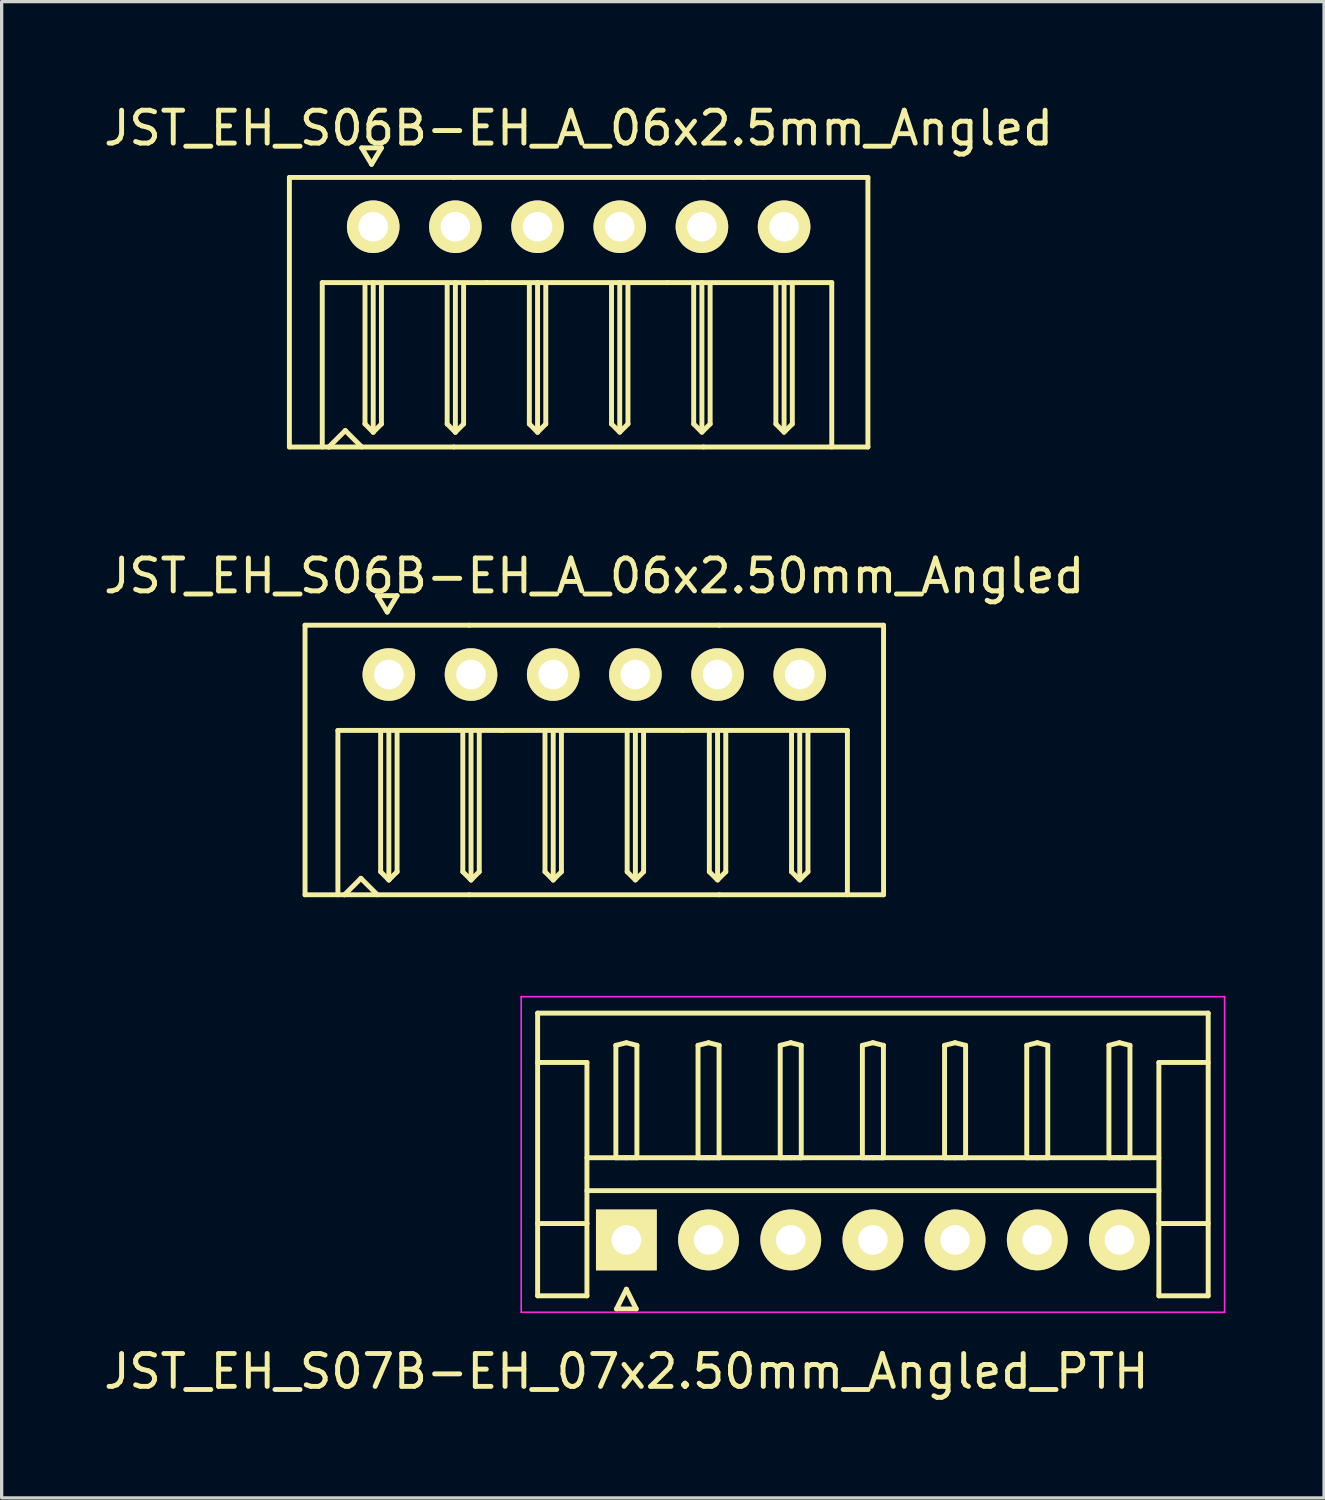
<source format=kicad_pcb>
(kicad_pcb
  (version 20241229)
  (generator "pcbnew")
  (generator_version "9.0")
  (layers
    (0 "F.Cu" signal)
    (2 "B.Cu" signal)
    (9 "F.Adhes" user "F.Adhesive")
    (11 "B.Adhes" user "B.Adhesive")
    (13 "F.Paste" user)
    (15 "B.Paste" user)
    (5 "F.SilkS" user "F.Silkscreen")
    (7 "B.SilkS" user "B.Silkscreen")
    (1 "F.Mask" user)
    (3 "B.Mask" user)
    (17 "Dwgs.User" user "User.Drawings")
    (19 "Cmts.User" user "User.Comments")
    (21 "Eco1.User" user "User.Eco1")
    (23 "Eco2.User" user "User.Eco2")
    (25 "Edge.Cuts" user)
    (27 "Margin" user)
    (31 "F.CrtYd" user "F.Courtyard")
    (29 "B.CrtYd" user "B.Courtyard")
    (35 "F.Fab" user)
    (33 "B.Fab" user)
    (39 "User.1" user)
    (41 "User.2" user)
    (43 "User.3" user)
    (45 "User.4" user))
  (footprint "JST_EH_S06B-EH_A_06x2.50mm_Angled"
    (layer "F.Cu")
    (at 15.03 17.471)
    (property "Reference" "JST_EH_S06B-EH_A_06x2.50mm_Angled" (at 0 -3 0) (layer "F.SilkS") (effects (font (size 1 1) (thickness 0.15))))
    (attr through_hole)
    (fp_line (start -8.8 -1.5) (end -8.8 6.7) (stroke (width 0.15) (type solid)) (layer "F.SilkS"))
    (fp_line (start -8.8 -1.5) (end -3.8 -1.5) (stroke (width 0.15) (type solid)) (layer "F.SilkS"))
    (fp_line (start -8.8 6.7) (end -7.6 6.7) (stroke (width 0.15) (type solid)) (layer "F.SilkS"))
    (fp_line (start -7.8 1.7) (end -7.8 6.7) (stroke (width 0.15) (type solid)) (layer "F.SilkS"))
    (fp_line (start -7.6 6.7) (end -3.8 6.7) (stroke (width 0.15) (type solid)) (layer "F.SilkS"))
    (fp_line (start -7.1 6.2) (end -7.6 6.7) (stroke (width 0.15) (type solid)) (layer "F.SilkS"))
    (fp_line (start -7.1 6.2) (end -6.6 6.7) (stroke (width 0.15) (type solid)) (layer "F.SilkS"))
    (fp_line (start -6.6 -2.4) (end -6.3 -1.9) (stroke (width 0.15) (type solid)) (layer "F.SilkS"))
    (fp_line (start -6.5 6) (end -6.5 1.75) (stroke (width 0.15) (type solid)) (layer "F.SilkS"))
    (fp_line (start -6.3 -1.9) (end -6 -2.4) (stroke (width 0.15) (type solid)) (layer "F.SilkS"))
    (fp_line (start -6.25 6.25) (end -6.5 6) (stroke (width 0.15) (type solid)) (layer "F.SilkS"))
    (fp_line (start -6.25 6.25) (end -6.25 1.7) (stroke (width 0.15) (type solid)) (layer "F.SilkS"))
    (fp_line (start -6 -2.4) (end -6.6 -2.4) (stroke (width 0.15) (type solid)) (layer "F.SilkS"))
    (fp_line (start -6 1.75) (end -6 6) (stroke (width 0.15) (type solid)) (layer "F.SilkS"))
    (fp_line (start -6 6) (end -6.25 6.25) (stroke (width 0.15) (type solid)) (layer "F.SilkS"))
    (fp_line (start -4 6) (end -4 1.75) (stroke (width 0.15) (type solid)) (layer "F.SilkS"))
    (fp_line (start -3.8 -1.5) (end 3.8 -1.5) (stroke (width 0.15) (type solid)) (layer "F.SilkS"))
    (fp_line (start -3.75 6.25) (end -4 6) (stroke (width 0.15) (type solid)) (layer "F.SilkS"))
    (fp_line (start -3.75 6.25) (end -3.75 1.7) (stroke (width 0.15) (type solid)) (layer "F.SilkS"))
    (fp_line (start -3.5 1.75) (end -3.5 6) (stroke (width 0.15) (type solid)) (layer "F.SilkS"))
    (fp_line (start -3.5 6) (end -3.75 6.25) (stroke (width 0.15) (type solid)) (layer "F.SilkS"))
    (fp_line (start -2.8 1.7) (end -7.8 1.7) (stroke (width 0.15) (type solid)) (layer "F.SilkS"))
    (fp_line (start -1.5 6) (end -1.5 1.75) (stroke (width 0.15) (type solid)) (layer "F.SilkS"))
    (fp_line (start -1.25 6.25) (end -1.5 6) (stroke (width 0.15) (type solid)) (layer "F.SilkS"))
    (fp_line (start -1.25 6.25) (end -1.25 1.7) (stroke (width 0.15) (type solid)) (layer "F.SilkS"))
    (fp_line (start -1 1.75) (end -1 6) (stroke (width 0.15) (type solid)) (layer "F.SilkS"))
    (fp_line (start -1 6) (end -1.25 6.25) (stroke (width 0.15) (type solid)) (layer "F.SilkS"))
    (fp_line (start 1 1.75) (end 1 6) (stroke (width 0.15) (type solid)) (layer "F.SilkS"))
    (fp_line (start 1 6) (end 1.25 6.25) (stroke (width 0.15) (type solid)) (layer "F.SilkS"))
    (fp_line (start 1.25 6.2) (end 1.25 1.7) (stroke (width 0.15) (type solid)) (layer "F.SilkS"))
    (fp_line (start 1.25 6.25) (end 1.5 6) (stroke (width 0.15) (type solid)) (layer "F.SilkS"))
    (fp_line (start 1.5 6) (end 1.5 1.75) (stroke (width 0.15) (type solid)) (layer "F.SilkS"))
    (fp_line (start 2.7 1.7) (end -2.8 1.7) (stroke (width 0.15) (type solid)) (layer "F.SilkS"))
    (fp_line (start 3.5 1.75) (end 3.5 6) (stroke (width 0.15) (type solid)) (layer "F.SilkS"))
    (fp_line (start 3.5 6) (end 3.75 6.25) (stroke (width 0.15) (type solid)) (layer "F.SilkS"))
    (fp_line (start 3.75 6.2) (end 3.75 1.7) (stroke (width 0.15) (type solid)) (layer "F.SilkS"))
    (fp_line (start 3.75 6.25) (end 4 6) (stroke (width 0.15) (type solid)) (layer "F.SilkS"))
    (fp_line (start 3.8 6.7) (end -3.8 6.7) (stroke (width 0.15) (type solid)) (layer "F.SilkS"))
    (fp_line (start 3.8 6.7) (end 8.8 6.7) (stroke (width 0.15) (type solid)) (layer "F.SilkS"))
    (fp_line (start 4 6) (end 4 1.75) (stroke (width 0.15) (type solid)) (layer "F.SilkS"))
    (fp_line (start 6 1.75) (end 6 6) (stroke (width 0.15) (type solid)) (layer "F.SilkS"))
    (fp_line (start 6 6) (end 6.25 6.25) (stroke (width 0.15) (type solid)) (layer "F.SilkS"))
    (fp_line (start 6.25 6.2) (end 6.25 1.7) (stroke (width 0.15) (type solid)) (layer "F.SilkS"))
    (fp_line (start 6.25 6.25) (end 6.5 6) (stroke (width 0.15) (type solid)) (layer "F.SilkS"))
    (fp_line (start 6.5 6) (end 6.5 1.75) (stroke (width 0.15) (type solid)) (layer "F.SilkS"))
    (fp_line (start 7.7 1.7) (end 2.7 1.7) (stroke (width 0.15) (type solid)) (layer "F.SilkS"))
    (fp_line (start 7.7 1.7) (end 7.7 6.7) (stroke (width 0.15) (type solid)) (layer "F.SilkS"))
    (fp_line (start 8.8 -1.5) (end 3.8 -1.5) (stroke (width 0.15) (type solid)) (layer "F.SilkS"))
    (fp_line (start 8.8 -1.5) (end 8.8 6.7) (stroke (width 0.15) (type solid)) (layer "F.SilkS"))
    (pad "1" thru_hole circle (at -6.25 0) (size 1.6 1.6) (drill 0.9) (layers "*.Cu" "*.Mask" "F.SilkS"))
    (pad "2" thru_hole circle (at -3.75 0) (size 1.6 1.6) (drill 0.9) (layers "*.Cu" "*.Mask" "F.SilkS"))
    (pad "3" thru_hole circle (at -1.25 0) (size 1.6 1.6) (drill 0.9) (layers "*.Cu" "*.Mask" "F.SilkS"))
    (pad "4" thru_hole circle (at 1.25 0) (size 1.6 1.6) (drill 0.9) (layers "*.Cu" "*.Mask" "F.SilkS"))
    (pad "5" thru_hole circle (at 3.75 0) (size 1.6 1.6) (drill 0.9) (layers "*.Cu" "*.Mask" "F.SilkS"))
    (pad "6" thru_hole circle (at 6.25 0) (size 1.6 1.6) (drill 0.9) (layers "*.Cu" "*.Mask" "F.SilkS")))
  (footprint "JST_EH_S07B-EH_07x2.50mm_Angled_PTH"
    (layer "F.Cu")
    (at 16.006 34.672)
    (property "Reference" "JST_EH_S07B-EH_07x2.50mm_Angled_PTH" (at 0 4 0) (layer "F.SilkS") (effects (font (size 1 1) (thickness 0.15))))
    (attr through_hole)
    (fp_line (start -2.7 -6.9) (end 17.7 -6.9) (stroke (width 0.15) (type solid)) (layer "F.SilkS"))
    (fp_line (start -2.7 -5.4) (end -1.2 -5.4) (stroke (width 0.15) (type solid)) (layer "F.SilkS"))
    (fp_line (start -2.7 1.7) (end -2.7 -6.9) (stroke (width 0.15) (type solid)) (layer "F.SilkS"))
    (fp_line (start -1.2 -5.4) (end -1.2 -0.5) (stroke (width 0.15) (type solid)) (layer "F.SilkS"))
    (fp_line (start -1.2 -2.5) (end 16.2 -2.5) (stroke (width 0.15) (type solid)) (layer "F.SilkS"))
    (fp_line (start -1.2 -1.5) (end 16.2 -1.5) (stroke (width 0.15) (type solid)) (layer "F.SilkS"))
    (fp_line (start -1.2 -0.5) (end -2.7 -0.5) (stroke (width 0.15) (type solid)) (layer "F.SilkS"))
    (fp_line (start -1.2 -0.5) (end -1.2 1.7) (stroke (width 0.15) (type solid)) (layer "F.SilkS"))
    (fp_line (start -1.2 1.7) (end -2.7 1.7) (stroke (width 0.15) (type solid)) (layer "F.SilkS"))
    (fp_line (start -0.32 -5.92) (end 0 -6) (stroke (width 0.15) (type solid)) (layer "F.SilkS"))
    (fp_line (start -0.32 -2.5) (end -0.32 -5.92) (stroke (width 0.15) (type solid)) (layer "F.SilkS"))
    (fp_line (start -0.3 2.1) (end 0.3 2.1) (stroke (width 0.15) (type solid)) (layer "F.SilkS"))
    (fp_line (start 0 -6) (end 0.32 -5.92) (stroke (width 0.15) (type solid)) (layer "F.SilkS"))
    (fp_line (start 0 -2.5) (end -0.32 -2.5) (stroke (width 0.15) (type solid)) (layer "F.SilkS"))
    (fp_line (start 0 1.5) (end -0.3 2.1) (stroke (width 0.15) (type solid)) (layer "F.SilkS"))
    (fp_line (start 0.3 2.1) (end 0 1.5) (stroke (width 0.15) (type solid)) (layer "F.SilkS"))
    (fp_line (start 0.32 -5.92) (end 0.32 -2.5) (stroke (width 0.15) (type solid)) (layer "F.SilkS"))
    (fp_line (start 0.32 -2.5) (end 0 -2.5) (stroke (width 0.15) (type solid)) (layer "F.SilkS"))
    (fp_line (start 2.18 -5.92) (end 2.5 -6) (stroke (width 0.15) (type solid)) (layer "F.SilkS"))
    (fp_line (start 2.18 -2.5) (end 2.18 -5.92) (stroke (width 0.15) (type solid)) (layer "F.SilkS"))
    (fp_line (start 2.5 -6) (end 2.82 -5.92) (stroke (width 0.15) (type solid)) (layer "F.SilkS"))
    (fp_line (start 2.5 -2.5) (end 2.18 -2.5) (stroke (width 0.15) (type solid)) (layer "F.SilkS"))
    (fp_line (start 2.82 -5.92) (end 2.82 -2.5) (stroke (width 0.15) (type solid)) (layer "F.SilkS"))
    (fp_line (start 2.82 -2.5) (end 2.5 -2.5) (stroke (width 0.15) (type solid)) (layer "F.SilkS"))
    (fp_line (start 4.68 -5.92) (end 5 -6) (stroke (width 0.15) (type solid)) (layer "F.SilkS"))
    (fp_line (start 4.68 -2.5) (end 4.68 -5.92) (stroke (width 0.15) (type solid)) (layer "F.SilkS"))
    (fp_line (start 5 -6) (end 5.32 -5.92) (stroke (width 0.15) (type solid)) (layer "F.SilkS"))
    (fp_line (start 5 -2.5) (end 4.68 -2.5) (stroke (width 0.15) (type solid)) (layer "F.SilkS"))
    (fp_line (start 5.32 -5.92) (end 5.32 -2.5) (stroke (width 0.15) (type solid)) (layer "F.SilkS"))
    (fp_line (start 5.32 -2.5) (end 5 -2.5) (stroke (width 0.15) (type solid)) (layer "F.SilkS"))
    (fp_line (start 7.18 -5.92) (end 7.5 -6) (stroke (width 0.15) (type solid)) (layer "F.SilkS"))
    (fp_line (start 7.18 -2.5) (end 7.18 -5.92) (stroke (width 0.15) (type solid)) (layer "F.SilkS"))
    (fp_line (start 7.5 -6) (end 7.82 -5.92) (stroke (width 0.15) (type solid)) (layer "F.SilkS"))
    (fp_line (start 7.5 -2.5) (end 7.18 -2.5) (stroke (width 0.15) (type solid)) (layer "F.SilkS"))
    (fp_line (start 7.82 -5.92) (end 7.82 -2.5) (stroke (width 0.15) (type solid)) (layer "F.SilkS"))
    (fp_line (start 7.82 -2.5) (end 7.5 -2.5) (stroke (width 0.15) (type solid)) (layer "F.SilkS"))
    (fp_line (start 9.68 -5.92) (end 10 -6) (stroke (width 0.15) (type solid)) (layer "F.SilkS"))
    (fp_line (start 9.68 -2.5) (end 9.68 -5.92) (stroke (width 0.15) (type solid)) (layer "F.SilkS"))
    (fp_line (start 10 -6) (end 10.32 -5.92) (stroke (width 0.15) (type solid)) (layer "F.SilkS"))
    (fp_line (start 10 -2.5) (end 9.68 -2.5) (stroke (width 0.15) (type solid)) (layer "F.SilkS"))
    (fp_line (start 10.32 -5.92) (end 10.32 -2.5) (stroke (width 0.15) (type solid)) (layer "F.SilkS"))
    (fp_line (start 10.32 -2.5) (end 10 -2.5) (stroke (width 0.15) (type solid)) (layer "F.SilkS"))
    (fp_line (start 12.18 -5.92) (end 12.5 -6) (stroke (width 0.15) (type solid)) (layer "F.SilkS"))
    (fp_line (start 12.18 -2.5) (end 12.18 -5.92) (stroke (width 0.15) (type solid)) (layer "F.SilkS"))
    (fp_line (start 12.5 -6) (end 12.82 -5.92) (stroke (width 0.15) (type solid)) (layer "F.SilkS"))
    (fp_line (start 12.5 -2.5) (end 12.18 -2.5) (stroke (width 0.15) (type solid)) (layer "F.SilkS"))
    (fp_line (start 12.82 -5.92) (end 12.82 -2.5) (stroke (width 0.15) (type solid)) (layer "F.SilkS"))
    (fp_line (start 12.82 -2.5) (end 12.5 -2.5) (stroke (width 0.15) (type solid)) (layer "F.SilkS"))
    (fp_line (start 14.68 -5.92) (end 15 -6) (stroke (width 0.15) (type solid)) (layer "F.SilkS"))
    (fp_line (start 14.68 -2.5) (end 14.68 -5.92) (stroke (width 0.15) (type solid)) (layer "F.SilkS"))
    (fp_line (start 15 -6) (end 15.32 -5.92) (stroke (width 0.15) (type solid)) (layer "F.SilkS"))
    (fp_line (start 15 -2.5) (end 14.68 -2.5) (stroke (width 0.15) (type solid)) (layer "F.SilkS"))
    (fp_line (start 15.32 -5.92) (end 15.32 -2.5) (stroke (width 0.15) (type solid)) (layer "F.SilkS"))
    (fp_line (start 15.32 -2.5) (end 15 -2.5) (stroke (width 0.15) (type solid)) (layer "F.SilkS"))
    (fp_line (start 16.2 -5.4) (end 16.2 -0.5) (stroke (width 0.15) (type solid)) (layer "F.SilkS"))
    (fp_line (start 16.2 -0.5) (end 17.7 -0.5) (stroke (width 0.15) (type solid)) (layer "F.SilkS"))
    (fp_line (start 16.2 1.7) (end 16.2 -0.5) (stroke (width 0.15) (type solid)) (layer "F.SilkS"))
    (fp_line (start 17.7 -6.9) (end 17.7 1.7) (stroke (width 0.15) (type solid)) (layer "F.SilkS"))
    (fp_line (start 17.7 -5.4) (end 16.2 -5.4) (stroke (width 0.15) (type solid)) (layer "F.SilkS"))
    (fp_line (start 17.7 1.7) (end 16.2 1.7) (stroke (width 0.15) (type solid)) (layer "F.SilkS"))
    (fp_line (start -3.2 -7.4) (end -3.2 2.2) (stroke (width 0.05) (type solid)) (layer "F.CrtYd"))
    (fp_line (start -3.2 2.2) (end 18.2 2.2) (stroke (width 0.05) (type solid)) (layer "F.CrtYd"))
    (fp_line (start 18.2 -7.4) (end -3.2 -7.4) (stroke (width 0.05) (type solid)) (layer "F.CrtYd"))
    (fp_line (start 18.2 2.2) (end 18.2 -7.4) (stroke (width 0.05) (type solid)) (layer "F.CrtYd"))
    (pad "1" thru_hole rect (at 0 0) (size 1.85 1.85) (drill 0.9) (layers "*.Cu" "*.Mask" "F.SilkS"))
    (pad "2" thru_hole circle (at 2.5 0) (size 1.85 1.85) (drill 0.9) (layers "*.Cu" "*.Mask" "F.SilkS"))
    (pad "3" thru_hole circle (at 5 0) (size 1.85 1.85) (drill 0.9) (layers "*.Cu" "*.Mask" "F.SilkS"))
    (pad "4" thru_hole circle (at 7.5 0) (size 1.85 1.85) (drill 0.9) (layers "*.Cu" "*.Mask" "F.SilkS"))
    (pad "5" thru_hole circle (at 10 0) (size 1.85 1.85) (drill 0.9) (layers "*.Cu" "*.Mask" "F.SilkS"))
    (pad "6" thru_hole circle (at 12.5 0) (size 1.85 1.85) (drill 0.9) (layers "*.Cu" "*.Mask" "F.SilkS"))
    (pad "7" thru_hole circle (at 15 0) (size 1.85 1.85) (drill 0.9) (layers "*.Cu" "*.Mask" "F.SilkS")))
  (footprint "JST_EH_S06B-EH_A_06x2.5mm_Angled"
    (layer "F.Cu")
    (at 14.554 3.848)
    (property "Reference" "JST_EH_S06B-EH_A_06x2.5mm_Angled" (at 0 -3 0) (layer "F.SilkS") (effects (font (size 1 1) (thickness 0.15))))
    (attr through_hole)
    (fp_line (start -8.8 -1.5) (end -8.8 6.7) (stroke (width 0.15) (type solid)) (layer "F.SilkS"))
    (fp_line (start -8.8 -1.5) (end -3.8 -1.5) (stroke (width 0.15) (type solid)) (layer "F.SilkS"))
    (fp_line (start -8.8 6.7) (end -7.6 6.7) (stroke (width 0.15) (type solid)) (layer "F.SilkS"))
    (fp_line (start -7.8 1.7) (end -7.8 6.7) (stroke (width 0.15) (type solid)) (layer "F.SilkS"))
    (fp_line (start -7.6 6.7) (end -3.8 6.7) (stroke (width 0.15) (type solid)) (layer "F.SilkS"))
    (fp_line (start -7.1 6.2) (end -7.6 6.7) (stroke (width 0.15) (type solid)) (layer "F.SilkS"))
    (fp_line (start -7.1 6.2) (end -6.6 6.7) (stroke (width 0.15) (type solid)) (layer "F.SilkS"))
    (fp_line (start -6.6 -2.4) (end -6.3 -1.9) (stroke (width 0.15) (type solid)) (layer "F.SilkS"))
    (fp_line (start -6.5 6) (end -6.5 1.75) (stroke (width 0.15) (type solid)) (layer "F.SilkS"))
    (fp_line (start -6.3 -1.9) (end -6 -2.4) (stroke (width 0.15) (type solid)) (layer "F.SilkS"))
    (fp_line (start -6.25 6.25) (end -6.5 6) (stroke (width 0.15) (type solid)) (layer "F.SilkS"))
    (fp_line (start -6.25 6.25) (end -6.25 1.7) (stroke (width 0.15) (type solid)) (layer "F.SilkS"))
    (fp_line (start -6 -2.4) (end -6.6 -2.4) (stroke (width 0.15) (type solid)) (layer "F.SilkS"))
    (fp_line (start -6 1.75) (end -6 6) (stroke (width 0.15) (type solid)) (layer "F.SilkS"))
    (fp_line (start -6 6) (end -6.25 6.25) (stroke (width 0.15) (type solid)) (layer "F.SilkS"))
    (fp_line (start -4 6) (end -4 1.75) (stroke (width 0.15) (type solid)) (layer "F.SilkS"))
    (fp_line (start -3.8 -1.5) (end 3.8 -1.5) (stroke (width 0.15) (type solid)) (layer "F.SilkS"))
    (fp_line (start -3.75 6.25) (end -4 6) (stroke (width 0.15) (type solid)) (layer "F.SilkS"))
    (fp_line (start -3.75 6.25) (end -3.75 1.7) (stroke (width 0.15) (type solid)) (layer "F.SilkS"))
    (fp_line (start -3.5 1.75) (end -3.5 6) (stroke (width 0.15) (type solid)) (layer "F.SilkS"))
    (fp_line (start -3.5 6) (end -3.75 6.25) (stroke (width 0.15) (type solid)) (layer "F.SilkS"))
    (fp_line (start -2.8 1.7) (end -7.8 1.7) (stroke (width 0.15) (type solid)) (layer "F.SilkS"))
    (fp_line (start -1.5 6) (end -1.5 1.75) (stroke (width 0.15) (type solid)) (layer "F.SilkS"))
    (fp_line (start -1.25 6.25) (end -1.5 6) (stroke (width 0.15) (type solid)) (layer "F.SilkS"))
    (fp_line (start -1.25 6.25) (end -1.25 1.7) (stroke (width 0.15) (type solid)) (layer "F.SilkS"))
    (fp_line (start -1 1.75) (end -1 6) (stroke (width 0.15) (type solid)) (layer "F.SilkS"))
    (fp_line (start -1 6) (end -1.25 6.25) (stroke (width 0.15) (type solid)) (layer "F.SilkS"))
    (fp_line (start 1 1.75) (end 1 6) (stroke (width 0.15) (type solid)) (layer "F.SilkS"))
    (fp_line (start 1 6) (end 1.25 6.25) (stroke (width 0.15) (type solid)) (layer "F.SilkS"))
    (fp_line (start 1.25 6.2) (end 1.25 1.7) (stroke (width 0.15) (type solid)) (layer "F.SilkS"))
    (fp_line (start 1.25 6.25) (end 1.5 6) (stroke (width 0.15) (type solid)) (layer "F.SilkS"))
    (fp_line (start 1.5 6) (end 1.5 1.75) (stroke (width 0.15) (type solid)) (layer "F.SilkS"))
    (fp_line (start 2.7 1.7) (end -2.8 1.7) (stroke (width 0.15) (type solid)) (layer "F.SilkS"))
    (fp_line (start 3.5 1.75) (end 3.5 6) (stroke (width 0.15) (type solid)) (layer "F.SilkS"))
    (fp_line (start 3.5 6) (end 3.75 6.25) (stroke (width 0.15) (type solid)) (layer "F.SilkS"))
    (fp_line (start 3.75 6.2) (end 3.75 1.7) (stroke (width 0.15) (type solid)) (layer "F.SilkS"))
    (fp_line (start 3.75 6.25) (end 4 6) (stroke (width 0.15) (type solid)) (layer "F.SilkS"))
    (fp_line (start 3.8 6.7) (end -3.8 6.7) (stroke (width 0.15) (type solid)) (layer "F.SilkS"))
    (fp_line (start 3.8 6.7) (end 8.8 6.7) (stroke (width 0.15) (type solid)) (layer "F.SilkS"))
    (fp_line (start 4 6) (end 4 1.75) (stroke (width 0.15) (type solid)) (layer "F.SilkS"))
    (fp_line (start 6 1.75) (end 6 6) (stroke (width 0.15) (type solid)) (layer "F.SilkS"))
    (fp_line (start 6 6) (end 6.25 6.25) (stroke (width 0.15) (type solid)) (layer "F.SilkS"))
    (fp_line (start 6.25 6.2) (end 6.25 1.7) (stroke (width 0.15) (type solid)) (layer "F.SilkS"))
    (fp_line (start 6.25 6.25) (end 6.5 6) (stroke (width 0.15) (type solid)) (layer "F.SilkS"))
    (fp_line (start 6.5 6) (end 6.5 1.75) (stroke (width 0.15) (type solid)) (layer "F.SilkS"))
    (fp_line (start 7.7 1.7) (end 2.7 1.7) (stroke (width 0.15) (type solid)) (layer "F.SilkS"))
    (fp_line (start 7.7 1.7) (end 7.7 6.7) (stroke (width 0.15) (type solid)) (layer "F.SilkS"))
    (fp_line (start 8.8 -1.5) (end 3.8 -1.5) (stroke (width 0.15) (type solid)) (layer "F.SilkS"))
    (fp_line (start 8.8 -1.5) (end 8.8 6.7) (stroke (width 0.15) (type solid)) (layer "F.SilkS"))
    (pad "1" thru_hole circle (at -6.25 0) (size 1.6 1.6) (drill 0.9) (layers "*.Cu" "*.Mask" "F.SilkS"))
    (pad "2" thru_hole circle (at -3.75 0) (size 1.6 1.6) (drill 0.9) (layers "*.Cu" "*.Mask" "F.SilkS"))
    (pad "3" thru_hole circle (at -1.25 0) (size 1.6 1.6) (drill 0.9) (layers "*.Cu" "*.Mask" "F.SilkS"))
    (pad "4" thru_hole circle (at 1.25 0) (size 1.6 1.6) (drill 0.9) (layers "*.Cu" "*.Mask" "F.SilkS"))
    (pad "5" thru_hole circle (at 3.75 0) (size 1.6 1.6) (drill 0.9) (layers "*.Cu" "*.Mask" "F.SilkS"))
    (pad "6" thru_hole circle (at 6.25 0) (size 1.6 1.6) (drill 0.9) (layers "*.Cu" "*.Mask" "F.SilkS")))
  (gr_rect
    (start -3 -3)
    (end 37.231 42.52)
    (stroke (width 0.1) (type default))
    (fill no)
    (layer "Edge.Cuts")))
</source>
